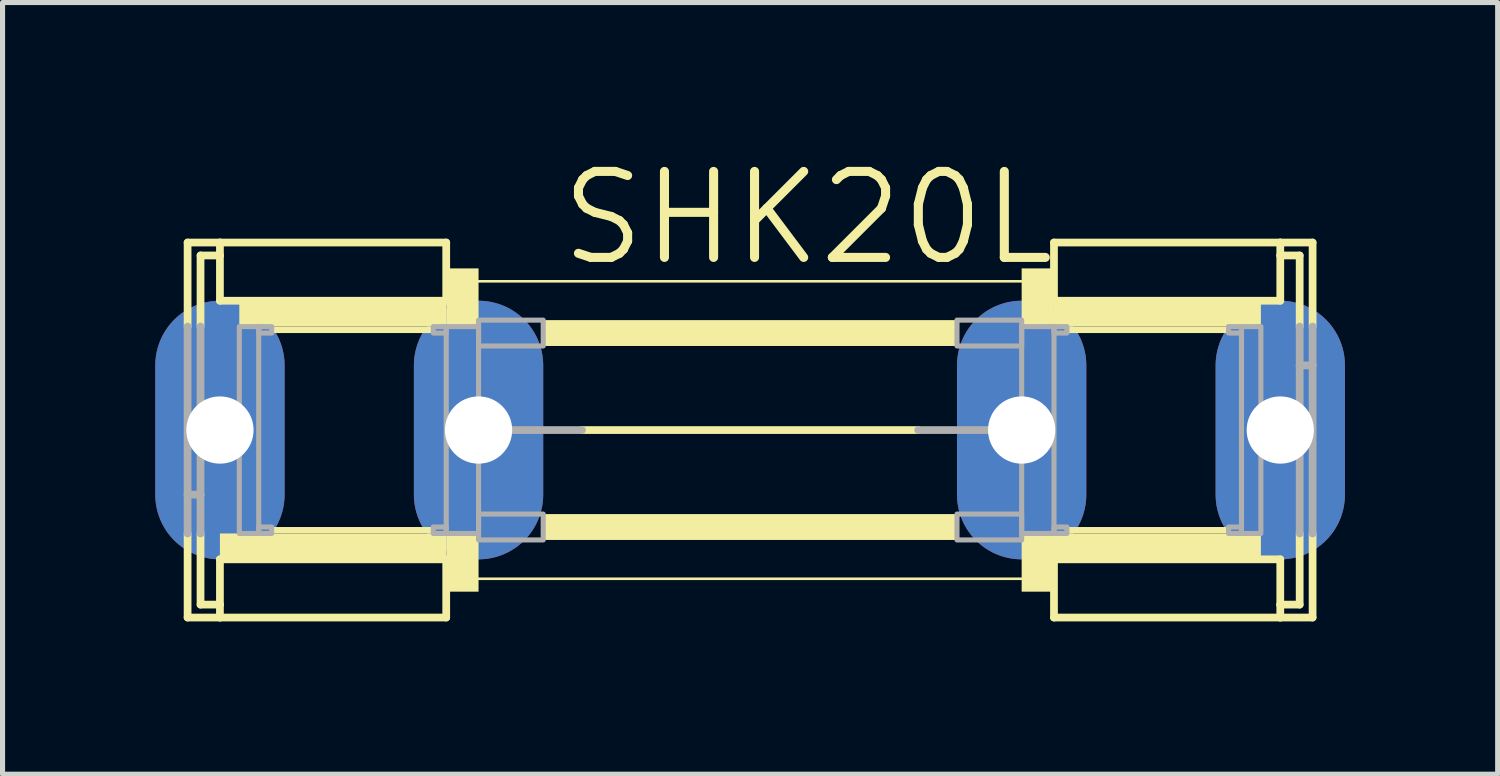
<source format=kicad_pcb>
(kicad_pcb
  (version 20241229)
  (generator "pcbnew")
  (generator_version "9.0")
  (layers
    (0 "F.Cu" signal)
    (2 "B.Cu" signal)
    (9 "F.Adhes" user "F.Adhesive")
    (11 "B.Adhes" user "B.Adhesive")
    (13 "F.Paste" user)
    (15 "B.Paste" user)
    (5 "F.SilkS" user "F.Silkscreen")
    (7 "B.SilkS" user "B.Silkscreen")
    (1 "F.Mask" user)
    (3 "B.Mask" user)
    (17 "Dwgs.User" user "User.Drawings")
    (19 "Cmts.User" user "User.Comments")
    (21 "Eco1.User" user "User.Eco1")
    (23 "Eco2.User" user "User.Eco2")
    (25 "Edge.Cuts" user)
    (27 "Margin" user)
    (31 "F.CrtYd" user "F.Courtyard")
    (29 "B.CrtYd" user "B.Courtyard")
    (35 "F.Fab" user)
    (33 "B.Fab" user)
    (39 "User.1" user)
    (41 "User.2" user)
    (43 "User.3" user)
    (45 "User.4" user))
  (footprint "SHK20L"
    (layer "F.Cu")
    (at 11.684 5.397)
    (property "Reference" "SHK20L" (at -3.81 -3.175 0) (layer "F.SilkS") (effects (font (size 1.689 1.689) (thickness 0.178)) (justify left bottom)))
    (attr through_hole)
    (fp_line (start -11.049 -2.032) (end -11.049 -3.683) (stroke (width 0.152) (type solid)) (layer "F.SilkS"))
    (fp_line (start -11.049 3.683) (end -11.049 2.032) (stroke (width 0.152) (type solid)) (layer "F.SilkS"))
    (fp_line (start -10.795 -3.429) (end -10.795 -2.032) (stroke (width 0.152) (type solid)) (layer "F.SilkS"))
    (fp_line (start -10.795 -3.429) (end -10.414 -3.429) (stroke (width 0.152) (type solid)) (layer "F.SilkS"))
    (fp_line (start -10.795 2.032) (end -10.795 3.429) (stroke (width 0.152) (type solid)) (layer "F.SilkS"))
    (fp_line (start -10.795 3.429) (end -10.414 3.429) (stroke (width 0.152) (type solid)) (layer "F.SilkS"))
    (fp_line (start -10.414 -3.683) (end -11.049 -3.683) (stroke (width 0.152) (type solid)) (layer "F.SilkS"))
    (fp_line (start -10.414 -3.683) (end -10.414 -3.429) (stroke (width 0.152) (type solid)) (layer "F.SilkS"))
    (fp_line (start -10.414 -3.683) (end -5.969 -3.683) (stroke (width 0.152) (type solid)) (layer "F.SilkS"))
    (fp_line (start -10.414 -3.429) (end -10.414 -2.54) (stroke (width 0.152) (type solid)) (layer "F.SilkS"))
    (fp_line (start -10.414 -2.54) (end -5.969 -2.54) (stroke (width 0.152) (type solid)) (layer "F.SilkS"))
    (fp_line (start -10.414 2.54) (end -5.969 2.54) (stroke (width 0.152) (type solid)) (layer "F.SilkS"))
    (fp_line (start -10.414 3.429) (end -10.414 2.54) (stroke (width 0.152) (type solid)) (layer "F.SilkS"))
    (fp_line (start -10.414 3.683) (end -11.049 3.683) (stroke (width 0.152) (type solid)) (layer "F.SilkS"))
    (fp_line (start -10.414 3.683) (end -10.414 3.429) (stroke (width 0.152) (type solid)) (layer "F.SilkS"))
    (fp_line (start -5.969 -2.54) (end -5.969 -3.683) (stroke (width 0.152) (type solid)) (layer "F.SilkS"))
    (fp_line (start -5.969 3.683) (end -10.414 3.683) (stroke (width 0.152) (type solid)) (layer "F.SilkS"))
    (fp_line (start -5.969 3.683) (end -5.969 2.54) (stroke (width 0.152) (type solid)) (layer "F.SilkS"))
    (fp_line (start -5.334 -2.921) (end 5.334 -2.921) (stroke (width 0.051) (type solid)) (layer "F.SilkS"))
    (fp_line (start -3.302 0) (end 3.302 0) (stroke (width 0.152) (type solid)) (layer "F.SilkS"))
    (fp_line (start 5.334 2.921) (end -5.334 2.921) (stroke (width 0.051) (type solid)) (layer "F.SilkS"))
    (fp_line (start 5.969 -3.683) (end 5.969 -2.54) (stroke (width 0.152) (type solid)) (layer "F.SilkS"))
    (fp_line (start 5.969 -3.683) (end 10.414 -3.683) (stroke (width 0.152) (type solid)) (layer "F.SilkS"))
    (fp_line (start 5.969 2.54) (end 5.969 3.683) (stroke (width 0.152) (type solid)) (layer "F.SilkS"))
    (fp_line (start 10.414 -3.683) (end 10.414 -3.429) (stroke (width 0.152) (type solid)) (layer "F.SilkS"))
    (fp_line (start 10.414 -3.683) (end 11.049 -3.683) (stroke (width 0.152) (type solid)) (layer "F.SilkS"))
    (fp_line (start 10.414 -3.429) (end 10.414 -2.54) (stroke (width 0.152) (type solid)) (layer "F.SilkS"))
    (fp_line (start 10.414 -2.54) (end 5.969 -2.54) (stroke (width 0.152) (type solid)) (layer "F.SilkS"))
    (fp_line (start 10.414 2.54) (end 5.969 2.54) (stroke (width 0.152) (type solid)) (layer "F.SilkS"))
    (fp_line (start 10.414 3.429) (end 10.414 2.54) (stroke (width 0.152) (type solid)) (layer "F.SilkS"))
    (fp_line (start 10.414 3.683) (end 5.969 3.683) (stroke (width 0.152) (type solid)) (layer "F.SilkS"))
    (fp_line (start 10.414 3.683) (end 10.414 3.429) (stroke (width 0.152) (type solid)) (layer "F.SilkS"))
    (fp_line (start 10.414 3.683) (end 11.049 3.683) (stroke (width 0.152) (type solid)) (layer "F.SilkS"))
    (fp_line (start 10.795 -3.429) (end 10.414 -3.429) (stroke (width 0.152) (type solid)) (layer "F.SilkS"))
    (fp_line (start 10.795 -2.032) (end 10.795 -3.429) (stroke (width 0.152) (type solid)) (layer "F.SilkS"))
    (fp_line (start 10.795 3.429) (end 10.414 3.429) (stroke (width 0.152) (type solid)) (layer "F.SilkS"))
    (fp_line (start 10.795 3.429) (end 10.795 2.032) (stroke (width 0.152) (type solid)) (layer "F.SilkS"))
    (fp_line (start 11.049 -3.683) (end 11.049 -2.032) (stroke (width 0.152) (type solid)) (layer "F.SilkS"))
    (fp_line (start 11.049 2.032) (end 11.049 3.683) (stroke (width 0.152) (type solid)) (layer "F.SilkS"))
    (fp_poly (pts (xy -10.414 2.54) (xy -5.969 2.54) (xy -5.969 2.032) (xy -10.414 2.032)) (stroke (width 0) (type solid)) (fill yes) (layer "F.SilkS"))
    (fp_poly (pts (xy -10.033 -2.032) (xy -5.969 -2.032) (xy -5.969 -2.54) (xy -10.033 -2.54)) (stroke (width 0) (type solid)) (fill yes) (layer "F.SilkS"))
    (fp_poly (pts (xy -9.398 -1.905) (xy -6.223 -1.905) (xy -6.223 -2.032) (xy -9.398 -2.032)) (stroke (width 0) (type solid)) (fill yes) (layer "F.SilkS"))
    (fp_poly (pts (xy -9.398 2.032) (xy -6.223 2.032) (xy -6.223 1.905) (xy -9.398 1.905)) (stroke (width 0) (type solid)) (fill yes) (layer "F.SilkS"))
    (fp_poly (pts (xy -5.969 -2.032) (xy -5.334 -2.032) (xy -5.334 -3.175) (xy -5.969 -3.175)) (stroke (width 0) (type solid)) (fill yes) (layer "F.SilkS"))
    (fp_poly (pts (xy -5.969 3.175) (xy -5.334 3.175) (xy -5.334 2.032) (xy -5.969 2.032)) (stroke (width 0) (type solid)) (fill yes) (layer "F.SilkS"))
    (fp_poly (pts (xy -4.064 -1.651) (xy 4.064 -1.651) (xy 4.064 -2.159) (xy -4.064 -2.159)) (stroke (width 0) (type solid)) (fill yes) (layer "F.SilkS"))
    (fp_poly (pts (xy -4.064 2.159) (xy 4.064 2.159) (xy 4.064 1.651) (xy -4.064 1.651)) (stroke (width 0) (type solid)) (fill yes) (layer "F.SilkS"))
    (fp_poly (pts (xy 5.334 -2.032) (xy 5.969 -2.032) (xy 5.969 -3.175) (xy 5.334 -3.175)) (stroke (width 0) (type solid)) (fill yes) (layer "F.SilkS"))
    (fp_poly (pts (xy 5.334 3.175) (xy 5.969 3.175) (xy 5.969 2.032) (xy 5.334 2.032)) (stroke (width 0) (type solid)) (fill yes) (layer "F.SilkS"))
    (fp_poly (pts (xy 5.969 -2.032) (xy 10.033 -2.032) (xy 10.033 -2.54) (xy 5.969 -2.54)) (stroke (width 0) (type solid)) (fill yes) (layer "F.SilkS"))
    (fp_poly (pts (xy 5.969 2.54) (xy 10.033 2.54) (xy 10.033 2.032) (xy 5.969 2.032)) (stroke (width 0) (type solid)) (fill yes) (layer "F.SilkS"))
    (fp_poly (pts (xy 6.223 -1.905) (xy 9.398 -1.905) (xy 9.398 -2.032) (xy 6.223 -2.032)) (stroke (width 0) (type solid)) (fill yes) (layer "F.SilkS"))
    (fp_poly (pts (xy 6.223 2.032) (xy 9.398 2.032) (xy 9.398 1.905) (xy 6.223 1.905)) (stroke (width 0) (type solid)) (fill yes) (layer "F.SilkS"))
    (fp_line (start -11.049 -2.032) (end -11.049 1.27) (stroke (width 0.152) (type solid)) (layer "F.Fab"))
    (fp_line (start -11.049 1.27) (end -10.795 1.27) (stroke (width 0.152) (type solid)) (layer "F.Fab"))
    (fp_line (start -11.049 2.032) (end -11.049 1.27) (stroke (width 0.152) (type solid)) (layer "F.Fab"))
    (fp_line (start -10.795 -2.032) (end -10.795 1.27) (stroke (width 0.152) (type solid)) (layer "F.Fab"))
    (fp_line (start -10.795 1.27) (end -10.795 2.032) (stroke (width 0.152) (type solid)) (layer "F.Fab"))
    (fp_line (start -3.302 0) (end -5.334 0) (stroke (width 0.152) (type solid)) (layer "F.Fab"))
    (fp_line (start 3.302 0) (end 5.334 0) (stroke (width 0.152) (type solid)) (layer "F.Fab"))
    (fp_line (start 10.795 -1.27) (end 10.795 -2.032) (stroke (width 0.152) (type solid)) (layer "F.Fab"))
    (fp_line (start 10.795 -1.27) (end 10.795 2.032) (stroke (width 0.152) (type solid)) (layer "F.Fab"))
    (fp_line (start 11.049 -2.032) (end 11.049 -1.27) (stroke (width 0.152) (type solid)) (layer "F.Fab"))
    (fp_line (start 11.049 -1.27) (end 10.795 -1.27) (stroke (width 0.152) (type solid)) (layer "F.Fab"))
    (fp_line (start 11.049 -1.27) (end 11.049 2.032) (stroke (width 0.152) (type solid)) (layer "F.Fab"))
    (fp_poly (pts (xy -10.033 2.032) (xy -9.652 2.032) (xy -9.652 -2.032) (xy -10.033 -2.032)) (stroke (width 0.1) (type solid)) (fill no) (layer "F.Fab"))
    (fp_poly (pts (xy -9.652 -1.905) (xy -9.398 -1.905) (xy -9.398 -2.032) (xy -9.652 -2.032)) (stroke (width 0.1) (type solid)) (fill no) (layer "F.Fab"))
    (fp_poly (pts (xy -9.652 2.032) (xy -9.398 2.032) (xy -9.398 1.905) (xy -9.652 1.905)) (stroke (width 0.1) (type solid)) (fill no) (layer "F.Fab"))
    (fp_poly (pts (xy -6.223 -1.905) (xy -5.969 -1.905) (xy -5.969 -2.032) (xy -6.223 -2.032)) (stroke (width 0.1) (type solid)) (fill no) (layer "F.Fab"))
    (fp_poly (pts (xy -6.223 2.032) (xy -5.969 2.032) (xy -5.969 1.905) (xy -6.223 1.905)) (stroke (width 0.1) (type solid)) (fill no) (layer "F.Fab"))
    (fp_poly (pts (xy -5.969 2.032) (xy -5.334 2.032) (xy -5.334 -2.032) (xy -5.969 -2.032)) (stroke (width 0.1) (type solid)) (fill no) (layer "F.Fab"))
    (fp_poly (pts (xy -5.334 -1.651) (xy -4.064 -1.651) (xy -4.064 -2.159) (xy -5.334 -2.159)) (stroke (width 0.1) (type solid)) (fill no) (layer "F.Fab"))
    (fp_poly (pts (xy -5.334 2.159) (xy -4.064 2.159) (xy -4.064 1.651) (xy -5.334 1.651)) (stroke (width 0.1) (type solid)) (fill no) (layer "F.Fab"))
    (fp_poly (pts (xy 4.064 -1.651) (xy 5.334 -1.651) (xy 5.334 -2.159) (xy 4.064 -2.159)) (stroke (width 0.1) (type solid)) (fill no) (layer "F.Fab"))
    (fp_poly (pts (xy 4.064 2.159) (xy 5.334 2.159) (xy 5.334 1.651) (xy 4.064 1.651)) (stroke (width 0.1) (type solid)) (fill no) (layer "F.Fab"))
    (fp_poly (pts (xy 5.334 2.032) (xy 5.969 2.032) (xy 5.969 -2.032) (xy 5.334 -2.032)) (stroke (width 0.1) (type solid)) (fill no) (layer "F.Fab"))
    (fp_poly (pts (xy 5.969 -1.905) (xy 6.223 -1.905) (xy 6.223 -2.032) (xy 5.969 -2.032)) (stroke (width 0.1) (type solid)) (fill no) (layer "F.Fab"))
    (fp_poly (pts (xy 5.969 2.032) (xy 6.223 2.032) (xy 6.223 1.905) (xy 5.969 1.905)) (stroke (width 0.1) (type solid)) (fill no) (layer "F.Fab"))
    (fp_poly (pts (xy 9.398 -1.905) (xy 9.652 -1.905) (xy 9.652 -2.032) (xy 9.398 -2.032)) (stroke (width 0.1) (type solid)) (fill no) (layer "F.Fab"))
    (fp_poly (pts (xy 9.398 2.032) (xy 9.652 2.032) (xy 9.652 1.905) (xy 9.398 1.905)) (stroke (width 0.1) (type solid)) (fill no) (layer "F.Fab"))
    (fp_poly (pts (xy 9.652 2.032) (xy 10.033 2.032) (xy 10.033 -2.032) (xy 9.652 -2.032)) (stroke (width 0.1) (type solid)) (fill no) (layer "F.Fab"))
    (pad "1" thru_hole oval (at -10.414 0 90) (size 5.08 2.54) (drill 1.321) (layers "*.Cu" "*.Mask"))
    (pad "1" thru_hole oval (at -5.334 0 90) (size 5.08 2.54) (drill 1.321) (layers "*.Cu" "*.Mask"))
    (pad "2" thru_hole oval (at 5.334 0 90) (size 5.08 2.54) (drill 1.321) (layers "*.Cu" "*.Mask"))
    (pad "2" thru_hole oval (at 10.414 0 90) (size 5.08 2.54) (drill 1.321) (layers "*.Cu" "*.Mask")))
  (gr_rect
    (start -3 -3)
    (end 26.368 12.157)
    (stroke (width 0.1) (type default))
    (fill no)
    (layer "Edge.Cuts")))
</source>
